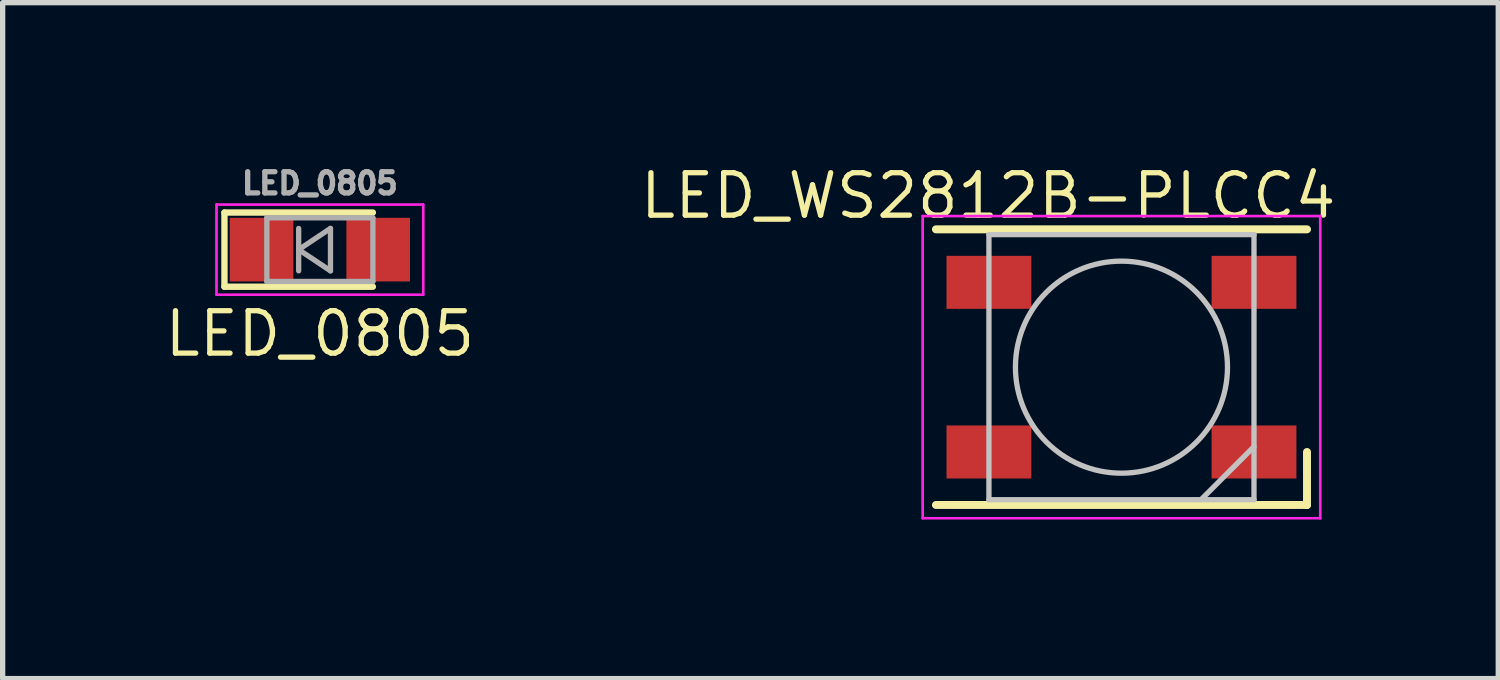
<source format=kicad_pcb>
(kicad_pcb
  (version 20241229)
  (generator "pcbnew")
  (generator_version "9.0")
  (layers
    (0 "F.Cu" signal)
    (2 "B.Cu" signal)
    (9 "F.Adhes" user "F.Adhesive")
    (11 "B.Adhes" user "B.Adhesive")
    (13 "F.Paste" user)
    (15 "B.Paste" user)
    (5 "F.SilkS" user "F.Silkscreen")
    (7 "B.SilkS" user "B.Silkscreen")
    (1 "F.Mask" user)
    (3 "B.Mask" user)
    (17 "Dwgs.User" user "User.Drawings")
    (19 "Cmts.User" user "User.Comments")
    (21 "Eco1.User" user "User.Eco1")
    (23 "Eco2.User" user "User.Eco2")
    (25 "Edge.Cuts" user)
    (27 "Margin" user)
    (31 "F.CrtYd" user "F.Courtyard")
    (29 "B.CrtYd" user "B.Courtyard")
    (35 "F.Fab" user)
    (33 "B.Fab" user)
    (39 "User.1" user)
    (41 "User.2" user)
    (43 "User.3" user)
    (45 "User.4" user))
  (footprint "LED_0805"
    (layer "F.Cu")
    (at 2.984 1.659)
    (property "Reference" "LED_0805" (at 0 1.587 0) (layer "F.SilkS") (effects (font (size 0.8 0.8) (thickness 0.1))))
    (attr smd)
    (fp_line (start -1.8 -0.7) (end -1.8 0.7) (stroke (width 0.12) (type solid)) (layer "F.SilkS"))
    (fp_line (start -1.8 -0.7) (end 1 -0.7) (stroke (width 0.12) (type solid)) (layer "F.SilkS"))
    (fp_line (start -1.8 0.7) (end 1 0.7) (stroke (width 0.12) (type solid)) (layer "F.SilkS"))
    (fp_line (start -1.95 -0.85) (end 1.95 -0.85) (stroke (width 0.05) (type solid)) (layer "F.CrtYd"))
    (fp_line (start -1.95 0.85) (end -1.95 -0.85) (stroke (width 0.05) (type solid)) (layer "F.CrtYd"))
    (fp_line (start 1.95 -0.85) (end 1.95 0.85) (stroke (width 0.05) (type solid)) (layer "F.CrtYd"))
    (fp_line (start 1.95 0.85) (end -1.95 0.85) (stroke (width 0.05) (type solid)) (layer "F.CrtYd"))
    (fp_line (start -1 -0.6) (end 1 -0.6) (stroke (width 0.1) (type solid)) (layer "F.Fab"))
    (fp_line (start -1 0.6) (end -1 -0.6) (stroke (width 0.1) (type solid)) (layer "F.Fab"))
    (fp_line (start -0.4 -0.4) (end -0.4 0.4) (stroke (width 0.1) (type solid)) (layer "F.Fab"))
    (fp_line (start -0.4 0) (end 0.2 -0.4) (stroke (width 0.1) (type solid)) (layer "F.Fab"))
    (fp_line (start 0.2 -0.4) (end 0.2 0.4) (stroke (width 0.1) (type solid)) (layer "F.Fab"))
    (fp_line (start 0.2 0.4) (end -0.4 0) (stroke (width 0.1) (type solid)) (layer "F.Fab"))
    (fp_line (start 1 -0.6) (end 1 0.6) (stroke (width 0.1) (type solid)) (layer "F.Fab"))
    (fp_line (start 1 0.6) (end -1 0.6) (stroke (width 0.1) (type solid)) (layer "F.Fab"))
    (fp_text user "${REFERENCE}" (at 0 -1.25 0) (layer "F.Fab") (effects (font (size 0.4 0.4) (thickness 0.1))))
    (pad "1" smd rect (at -1.1 0 180) (size 1.2 1.2) (layers "F.Cu" "F.Mask" "F.Paste"))
    (pad "2" smd rect (at 1.1 0 180) (size 1.2 1.2) (layers "F.Cu" "F.Mask" "F.Paste")))
  (footprint "LED_WS2812B-PLCC4"
    (layer "F.Cu")
    (at 18.105 3.876)
    (property "Reference" "LED_WS2812B-PLCC4" (at -2.514 -3.233 0) (layer "F.SilkS") (effects (font (size 0.8 0.8) (thickness 0.1))))
    (attr smd)
    (fp_line (start -3.5 -2.6) (end 3.5 -2.6) (stroke (width 0.15) (type solid)) (layer "F.SilkS"))
    (fp_line (start -3.5 2.6) (end 3.5 2.6) (stroke (width 0.15) (type solid)) (layer "F.SilkS"))
    (fp_line (start 3.5 2.6) (end 3.5 1.6) (stroke (width 0.15) (type solid)) (layer "F.SilkS"))
    (fp_line (start -2.5 -2.5) (end -2.5 2.5) (stroke (width 0.1) (type solid)) (layer "Dwgs.User"))
    (fp_line (start -2.5 2.5) (end 2.5 2.5) (stroke (width 0.1) (type solid)) (layer "Dwgs.User"))
    (fp_line (start 2.5 -2.5) (end -2.5 -2.5) (stroke (width 0.1) (type solid)) (layer "Dwgs.User"))
    (fp_line (start 2.5 1.5) (end 1.5 2.5) (stroke (width 0.1) (type solid)) (layer "Dwgs.User"))
    (fp_line (start 2.5 2.5) (end 2.5 -2.5) (stroke (width 0.1) (type solid)) (layer "Dwgs.User"))
    (fp_circle (center 0 0) (end 0 -2) (stroke (width 0.1) (type solid)) (fill no) (layer "Dwgs.User"))
    (fp_line (start -3.75 -2.85) (end -3.75 2.85) (stroke (width 0.05) (type solid)) (layer "F.CrtYd"))
    (fp_line (start -3.75 2.85) (end 3.75 2.85) (stroke (width 0.05) (type solid)) (layer "F.CrtYd"))
    (fp_line (start 3.75 -2.85) (end -3.75 -2.85) (stroke (width 0.05) (type solid)) (layer "F.CrtYd"))
    (fp_line (start 3.75 2.85) (end 3.75 -2.85) (stroke (width 0.05) (type solid)) (layer "F.CrtYd"))
    (pad "1" smd rect (at -2.5 -1.6) (size 1.6 1) (layers "F.Cu" "F.Mask" "F.Paste"))
    (pad "2" smd rect (at -2.5 1.6) (size 1.6 1) (layers "F.Cu" "F.Mask" "F.Paste"))
    (pad "3" smd rect (at 2.5 1.6) (size 1.6 1) (layers "F.Cu" "F.Mask" "F.Paste"))
    (pad "4" smd rect (at 2.5 -1.6) (size 1.6 1) (layers "F.Cu" "F.Mask" "F.Paste")))
  (gr_rect
    (start -3 -3)
    (end 25.213 9.751)
    (stroke (width 0.1) (type default))
    (fill no)
    (layer "Edge.Cuts")))
</source>
